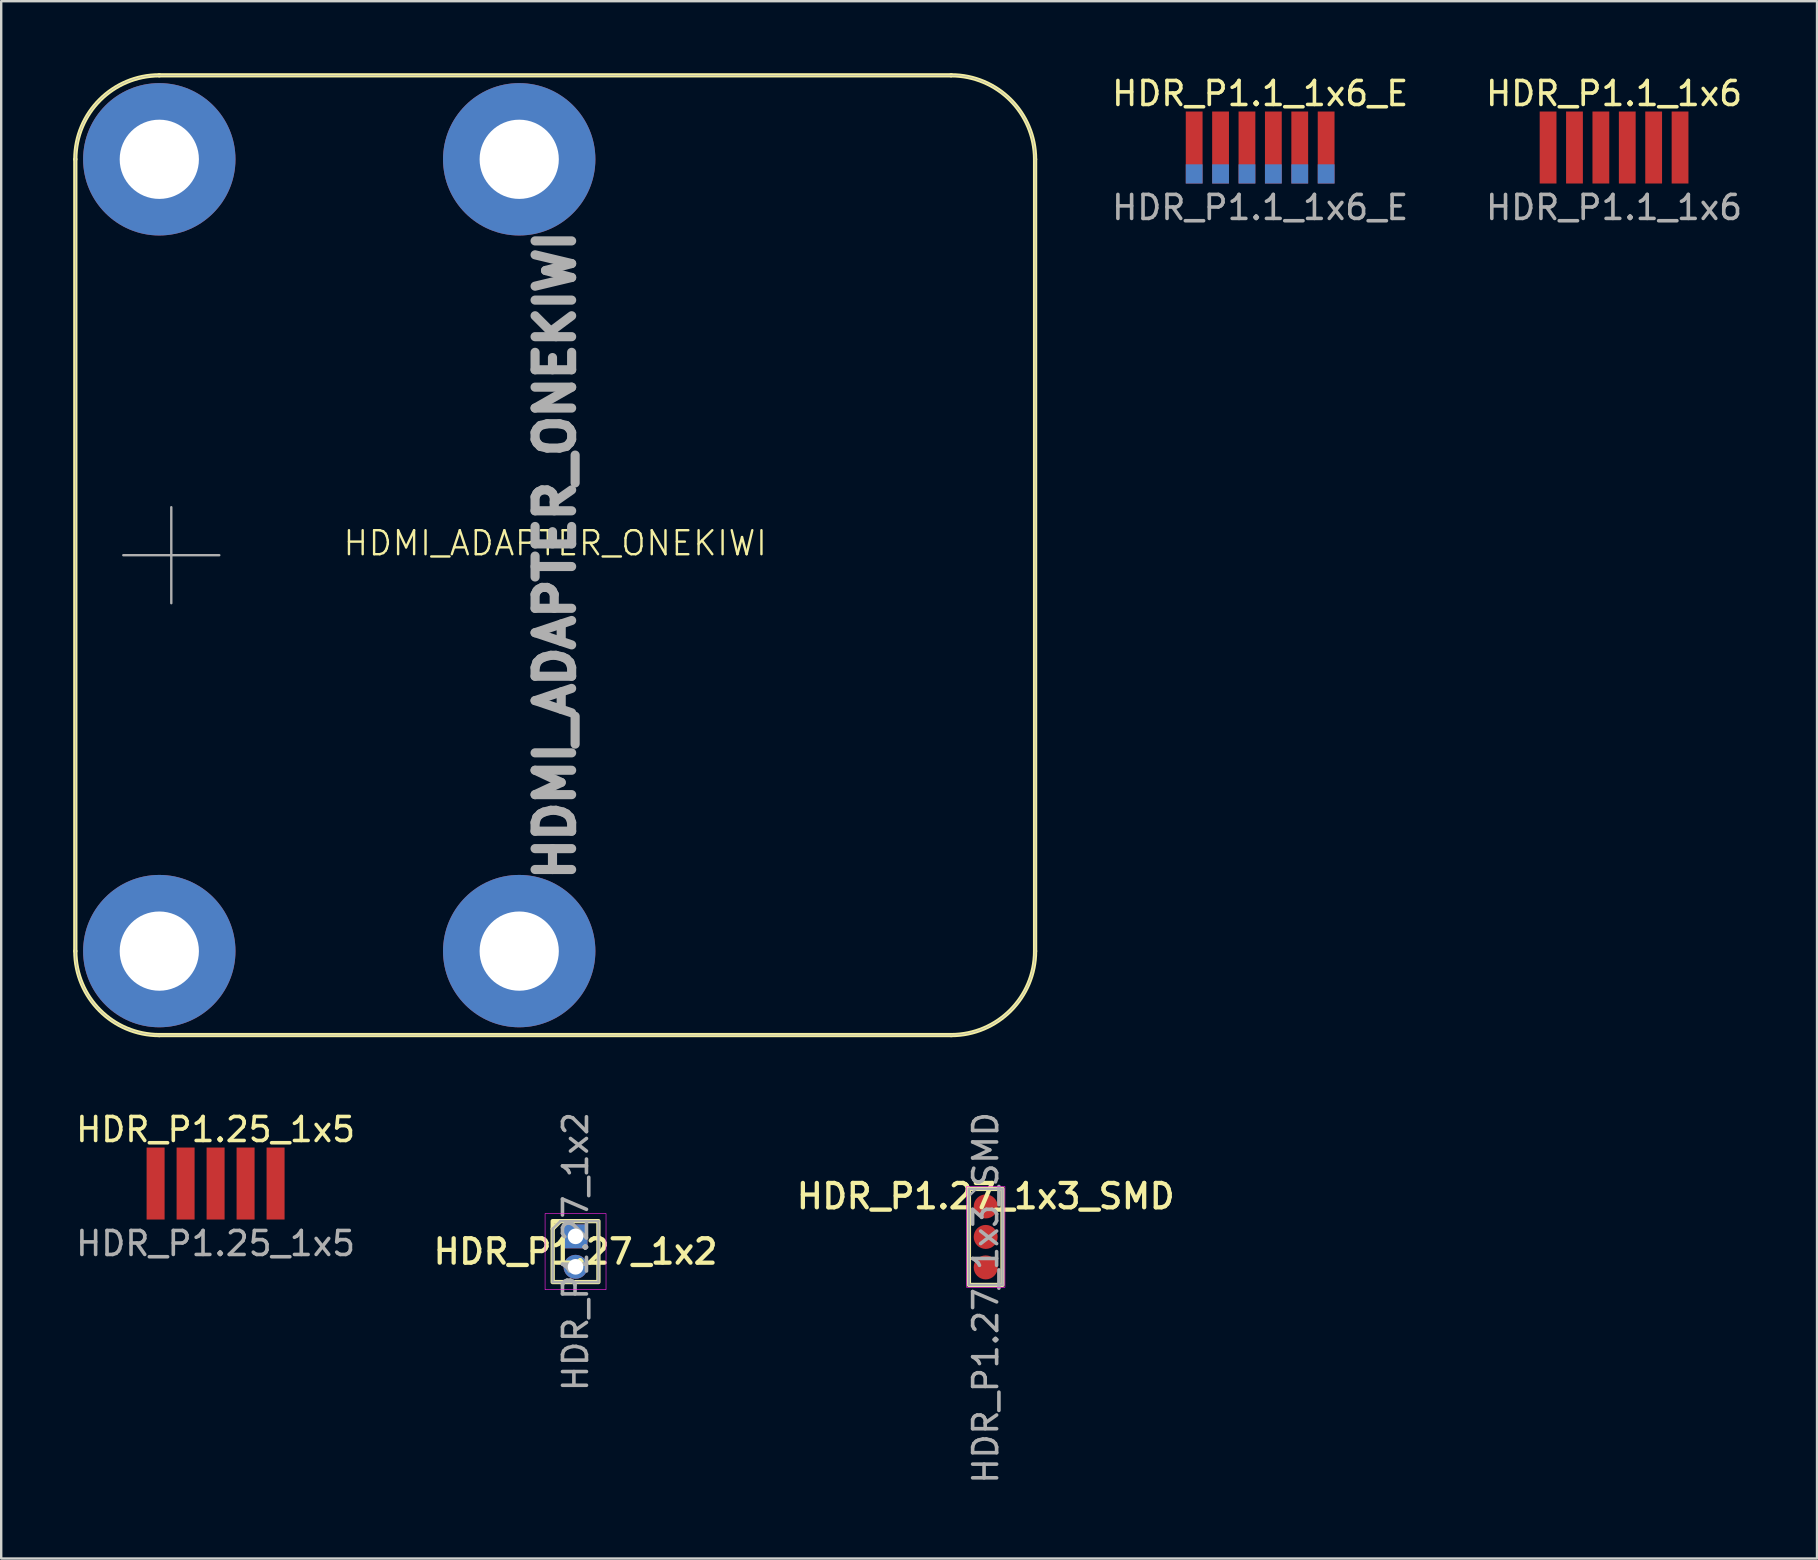
<source format=kicad_pcb>
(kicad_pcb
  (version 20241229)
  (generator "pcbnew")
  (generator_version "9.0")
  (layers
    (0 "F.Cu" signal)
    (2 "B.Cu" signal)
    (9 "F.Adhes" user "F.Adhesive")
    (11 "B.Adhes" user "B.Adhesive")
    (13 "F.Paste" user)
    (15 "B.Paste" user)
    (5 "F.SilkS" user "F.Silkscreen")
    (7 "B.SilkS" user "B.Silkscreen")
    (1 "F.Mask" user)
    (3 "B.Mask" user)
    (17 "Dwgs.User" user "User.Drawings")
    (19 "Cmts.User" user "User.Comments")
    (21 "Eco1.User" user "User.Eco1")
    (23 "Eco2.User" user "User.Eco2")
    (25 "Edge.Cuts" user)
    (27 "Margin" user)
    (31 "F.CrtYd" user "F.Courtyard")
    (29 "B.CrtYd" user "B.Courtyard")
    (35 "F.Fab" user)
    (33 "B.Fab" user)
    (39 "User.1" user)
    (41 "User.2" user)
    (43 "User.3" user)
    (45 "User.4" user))
  (footprint "HDR_P1.1_1x6_E"
    (layer "F.Cu")
    (at 49.469 3.098)
    (property "Reference" "HDR_P1.1_1x6_E" (at 0 -2.25 0) (unlocked yes) (layer "F.SilkS") (effects (font (size 1 1) (thickness 0.15))))
    (attr smd)
    (fp_text user "${REFERENCE}" (at 0 2.5 0) (unlocked yes) (layer "F.Fab") (effects (font (size 1 1) (thickness 0.15))))
    (pad "1" smd rect (at -2.75 0) (size 0.7 3) (layers "F.Cu" "F.Mask" "F.Paste"))
    (pad "1" smd rect (at -2.75 1.1) (size 0.7 0.8) (layers "B.Cu" "B.Mask" "B.Paste"))
    (pad "2" smd rect (at -1.65 0) (size 0.7 3) (layers "F.Cu" "F.Mask" "F.Paste"))
    (pad "2" smd rect (at -1.65 1.1) (size 0.7 0.8) (layers "B.Cu" "B.Mask" "B.Paste"))
    (pad "3" smd rect (at -0.55 0) (size 0.7 3) (layers "F.Cu" "F.Mask" "F.Paste"))
    (pad "3" smd rect (at -0.55 1.1) (size 0.7 0.8) (layers "B.Cu" "B.Mask" "B.Paste"))
    (pad "4" smd rect (at 0.55 0) (size 0.7 3) (layers "F.Cu" "F.Mask" "F.Paste"))
    (pad "4" smd rect (at 0.55 1.1) (size 0.7 0.8) (layers "B.Cu" "B.Mask" "B.Paste"))
    (pad "5" smd rect (at 1.65 0) (size 0.7 3) (layers "F.Cu" "F.Mask" "F.Paste"))
    (pad "5" smd rect (at 1.65 1.1) (size 0.7 0.8) (layers "B.Cu" "B.Mask" "B.Paste"))
    (pad "6" smd rect (at 2.75 0) (size 0.7 3) (layers "F.Cu" "F.Mask" "F.Paste"))
    (pad "6" smd rect (at 2.75 1.1) (size 0.7 0.8) (layers "B.Cu" "B.Mask" "B.Paste")))
  (footprint "HDMI_ADAPTER_ONEKIWI"
    (layer "F.Cu")
    (at 20.089 20.089)
    (property "Reference" "HDMI_ADAPTER_ONEKIWI" (at 0 -0.5 0) (unlocked yes) (layer "F.SilkS") (effects (font (size 1 1) (thickness 0.1))))
    (attr through_hole)
    (fp_line (start -20 16.5) (end -20 -16.5) (stroke (width 0.178) (type default)) (layer "F.SilkS"))
    (fp_line (start -16.5 -20) (end 16.5 -20) (stroke (width 0.178) (type default)) (layer "F.SilkS"))
    (fp_line (start 16.5 20) (end -16.5 20) (stroke (width 0.178) (type default)) (layer "F.SilkS"))
    (fp_line (start 20 -16.5) (end 20 16.5) (stroke (width 0.178) (type default)) (layer "F.SilkS"))
    (fp_arc (start -20 -16.5) (mid -18.974874 -18.974874) (end -16.5 -20) (stroke (width 0.1778) (type default)) (layer "F.SilkS"))
    (fp_arc (start -16.5 20) (mid -18.974874 18.974874) (end -20 16.5) (stroke (width 0.1778) (type default)) (layer "F.SilkS"))
    (fp_arc (start 16.5 -20) (mid 18.974874 -18.974874) (end 20 -16.5) (stroke (width 0.1778) (type default)) (layer "F.SilkS"))
    (fp_arc (start 20 16.5) (mid 18.974874 18.974874) (end 16.5 20) (stroke (width 0.1778) (type default)) (layer "F.SilkS"))
    (fp_line (start -20 16.5) (end -20 -16.5) (stroke (width 0.025) (type solid)) (layer "F.Fab"))
    (fp_line (start -18 0) (end -14 0) (stroke (width 0.1) (type solid)) (layer "F.Fab"))
    (fp_line (start -16.5 -20) (end 16.5 -20) (stroke (width 0.025) (type solid)) (layer "F.Fab"))
    (fp_line (start -16.5 20) (end 16.5 20) (stroke (width 0.025) (type solid)) (layer "F.Fab"))
    (fp_line (start -16 -2) (end -16 2) (stroke (width 0.1) (type solid)) (layer "F.Fab"))
    (fp_line (start 20 16.5) (end 20 -16.5) (stroke (width 0.025) (type solid)) (layer "F.Fab"))
    (fp_arc (start -19.999999 -16.499999) (mid -18.974873 -18.974873) (end -16.499999 -19.999999) (stroke (width 0.0254) (type solid)) (layer "F.Fab"))
    (fp_arc (start -16.499999 19.999999) (mid -18.974873 18.974873) (end -19.999999 16.499999) (stroke (width 0.0254) (type solid)) (layer "F.Fab"))
    (fp_arc (start 16.499999 -19.999999) (mid 18.974873 -18.974873) (end 19.999999 -16.499999) (stroke (width 0.0254) (type solid)) (layer "F.Fab"))
    (fp_arc (start 19.999999 16.499999) (mid 18.974873 18.974873) (end 16.499999 19.999999) (stroke (width 0.0254) (type solid)) (layer "F.Fab"))
    (fp_text user "${REFERENCE}" (at 0 0 90) (unlocked yes) (layer "F.Fab") (effects (font (size 1.524 1.524) (thickness 0.381) (bold yes))))
    (pad "SH" thru_hole circle (at -16.5 -16.5) (size 6.35 6.35) (drill 3.302) (layers "*.Cu" "*.Mask"))
    (pad "SH" thru_hole circle (at -16.5 16.5) (size 6.35 6.35) (drill 3.302) (layers "*.Cu" "*.Mask"))
    (pad "SH" thru_hole circle (at -1.5 -16.5) (size 6.35 6.35) (drill 3.302) (layers "*.Cu" "*.Mask"))
    (pad "SH" thru_hole circle (at -1.5 16.5) (size 6.35 6.35) (drill 3.302) (layers "*.Cu" "*.Mask")))
  (footprint "HDR_P1.27_1x3_SMD"
    (layer "F.Cu")
    (at 38.031 48.501)
    (property "Reference" "HDR_P1.27_1x3_SMD" (at 0 -1.695 0) (layer "F.SilkS") (effects (font (size 1.016 1.016) (thickness 0.178))))
    (attr smd)
    (fp_rect (start -0.7 -2) (end 0.7 2) (stroke (width 0.178) (type default)) (fill no) (layer "F.SilkS"))
    (fp_rect (start -0.8 -2.1) (end 0.8 2.1) (stroke (width 0.025) (type solid)) (fill no) (layer "F.CrtYd"))
    (fp_line (start -0.7 -2) (end -0.7 2) (stroke (width 0.1) (type solid)) (layer "F.Fab"))
    (fp_line (start -0.7 2) (end 0.7 2) (stroke (width 0.1) (type solid)) (layer "F.Fab"))
    (fp_line (start -0.4 -2) (end -0.7 -1.7) (stroke (width 0.1) (type solid)) (layer "F.Fab"))
    (fp_line (start 0.7 -2) (end -0.7 -2) (stroke (width 0.1) (type solid)) (layer "F.Fab"))
    (fp_line (start 0.7 2) (end 0.7 -2) (stroke (width 0.1) (type solid)) (layer "F.Fab"))
    (fp_text user "${REFERENCE}" (at 0 2.54 90) (layer "F.Fab") (effects (font (size 1 1) (thickness 0.15))))
    (pad "1" smd oval (at 0 -1.27) (size 1 1) (layers "F.Cu" "F.Mask" "F.Paste"))
    (pad "2" smd oval (at 0 0) (size 1 1) (layers "F.Cu" "F.Mask" "F.Paste"))
    (pad "3" smd oval (at 0 1.27) (size 1 1) (layers "F.Cu" "F.Mask" "F.Paste")))
  (footprint "HDR_P1.1_1x6"
    (layer "F.Cu")
    (at 64.219 3.098)
    (property "Reference" "HDR_P1.1_1x6" (at 0 -2.25 0) (unlocked yes) (layer "F.SilkS") (effects (font (size 1 1) (thickness 0.15))))
    (attr smd)
    (fp_text user "${REFERENCE}" (at 0 2.5 0) (unlocked yes) (layer "F.Fab") (effects (font (size 1 1) (thickness 0.15))))
    (pad "1" smd rect (at -2.75 0) (size 0.7 3) (layers "F.Cu" "F.Mask" "F.Paste"))
    (pad "2" smd rect (at -1.65 0) (size 0.7 3) (layers "F.Cu" "F.Mask" "F.Paste"))
    (pad "3" smd rect (at -0.55 0) (size 0.7 3) (layers "F.Cu" "F.Mask" "F.Paste"))
    (pad "4" smd rect (at 0.55 0) (size 0.7 3) (layers "F.Cu" "F.Mask" "F.Paste"))
    (pad "5" smd rect (at 1.65 0) (size 0.7 3) (layers "F.Cu" "F.Mask" "F.Paste"))
    (pad "6" smd rect (at 2.75 0) (size 0.7 3) (layers "F.Cu" "F.Mask" "F.Paste")))
  (footprint "HDR_P1.27_1x2"
    (layer "F.Cu")
    (at 20.937 49.112)
    (property "Reference" "HDR_P1.27_1x2" (at 0 0 0) (layer "F.SilkS") (effects (font (size 1.016 1.016) (thickness 0.178))))
    (attr through_hole)
    (fp_line (start -0.953 -0.953) (end -0.635 -1.27) (stroke (width 0.178) (type solid)) (layer "F.SilkS"))
    (fp_rect (start -0.953 1.27) (end 0.953 -1.27) (stroke (width 0.178) (type solid)) (fill no) (layer "F.SilkS"))
    (fp_rect (start -1.27 -1.587) (end 1.27 1.587) (stroke (width 0.025) (type solid)) (fill no) (layer "F.CrtYd"))
    (fp_line (start -0.953 -0.953) (end -0.953 1.27) (stroke (width 0.1) (type solid)) (layer "F.Fab"))
    (fp_line (start -0.953 1.27) (end 0.953 1.27) (stroke (width 0.1) (type solid)) (layer "F.Fab"))
    (fp_line (start -0.635 -1.27) (end -0.953 -0.953) (stroke (width 0.1) (type solid)) (layer "F.Fab"))
    (fp_line (start 0.953 -1.27) (end -0.635 -1.27) (stroke (width 0.1) (type solid)) (layer "F.Fab"))
    (fp_line (start 0.953 1.27) (end 0.953 -1.27) (stroke (width 0.1) (type solid)) (layer "F.Fab"))
    (fp_text user "${REFERENCE}" (at 0 0 90) (layer "F.Fab") (effects (font (size 1 1) (thickness 0.15))))
    (pad "1" thru_hole rect (at 0 -0.635) (size 1 1) (drill 0.65) (layers "*.Cu" "*.Mask"))
    (pad "2" thru_hole oval (at 0 0.635) (size 1 1) (drill 0.65) (layers "*.Cu" "*.Mask")))
  (footprint "HDR_P1.25_1x5"
    (layer "F.Cu")
    (at 5.935 46.276)
    (property "Reference" "HDR_P1.25_1x5" (at 0 -2.25 0) (unlocked yes) (layer "F.SilkS") (effects (font (size 1 1) (thickness 0.15))))
    (attr smd)
    (fp_text user "${REFERENCE}" (at 0 2.5 0) (unlocked yes) (layer "F.Fab") (effects (font (size 1 1) (thickness 0.15))))
    (pad "1" smd rect (at -2.5 0) (size 0.75 3) (layers "F.Cu" "F.Mask" "F.Paste"))
    (pad "2" smd rect (at -1.25 0) (size 0.75 3) (layers "F.Cu" "F.Mask" "F.Paste"))
    (pad "3" smd rect (at 0 0) (size 0.75 3) (layers "F.Cu" "F.Mask" "F.Paste"))
    (pad "4" smd rect (at 1.25 0) (size 0.75 3) (layers "F.Cu" "F.Mask" "F.Paste"))
    (pad "5" smd rect (at 2.5 0) (size 0.75 3) (layers "F.Cu" "F.Mask" "F.Paste")))
  (gr_rect
    (start -3 -3)
    (end 72.678 61.904)
    (stroke (width 0.1) (type default))
    (fill no)
    (layer "Edge.Cuts")))
</source>
